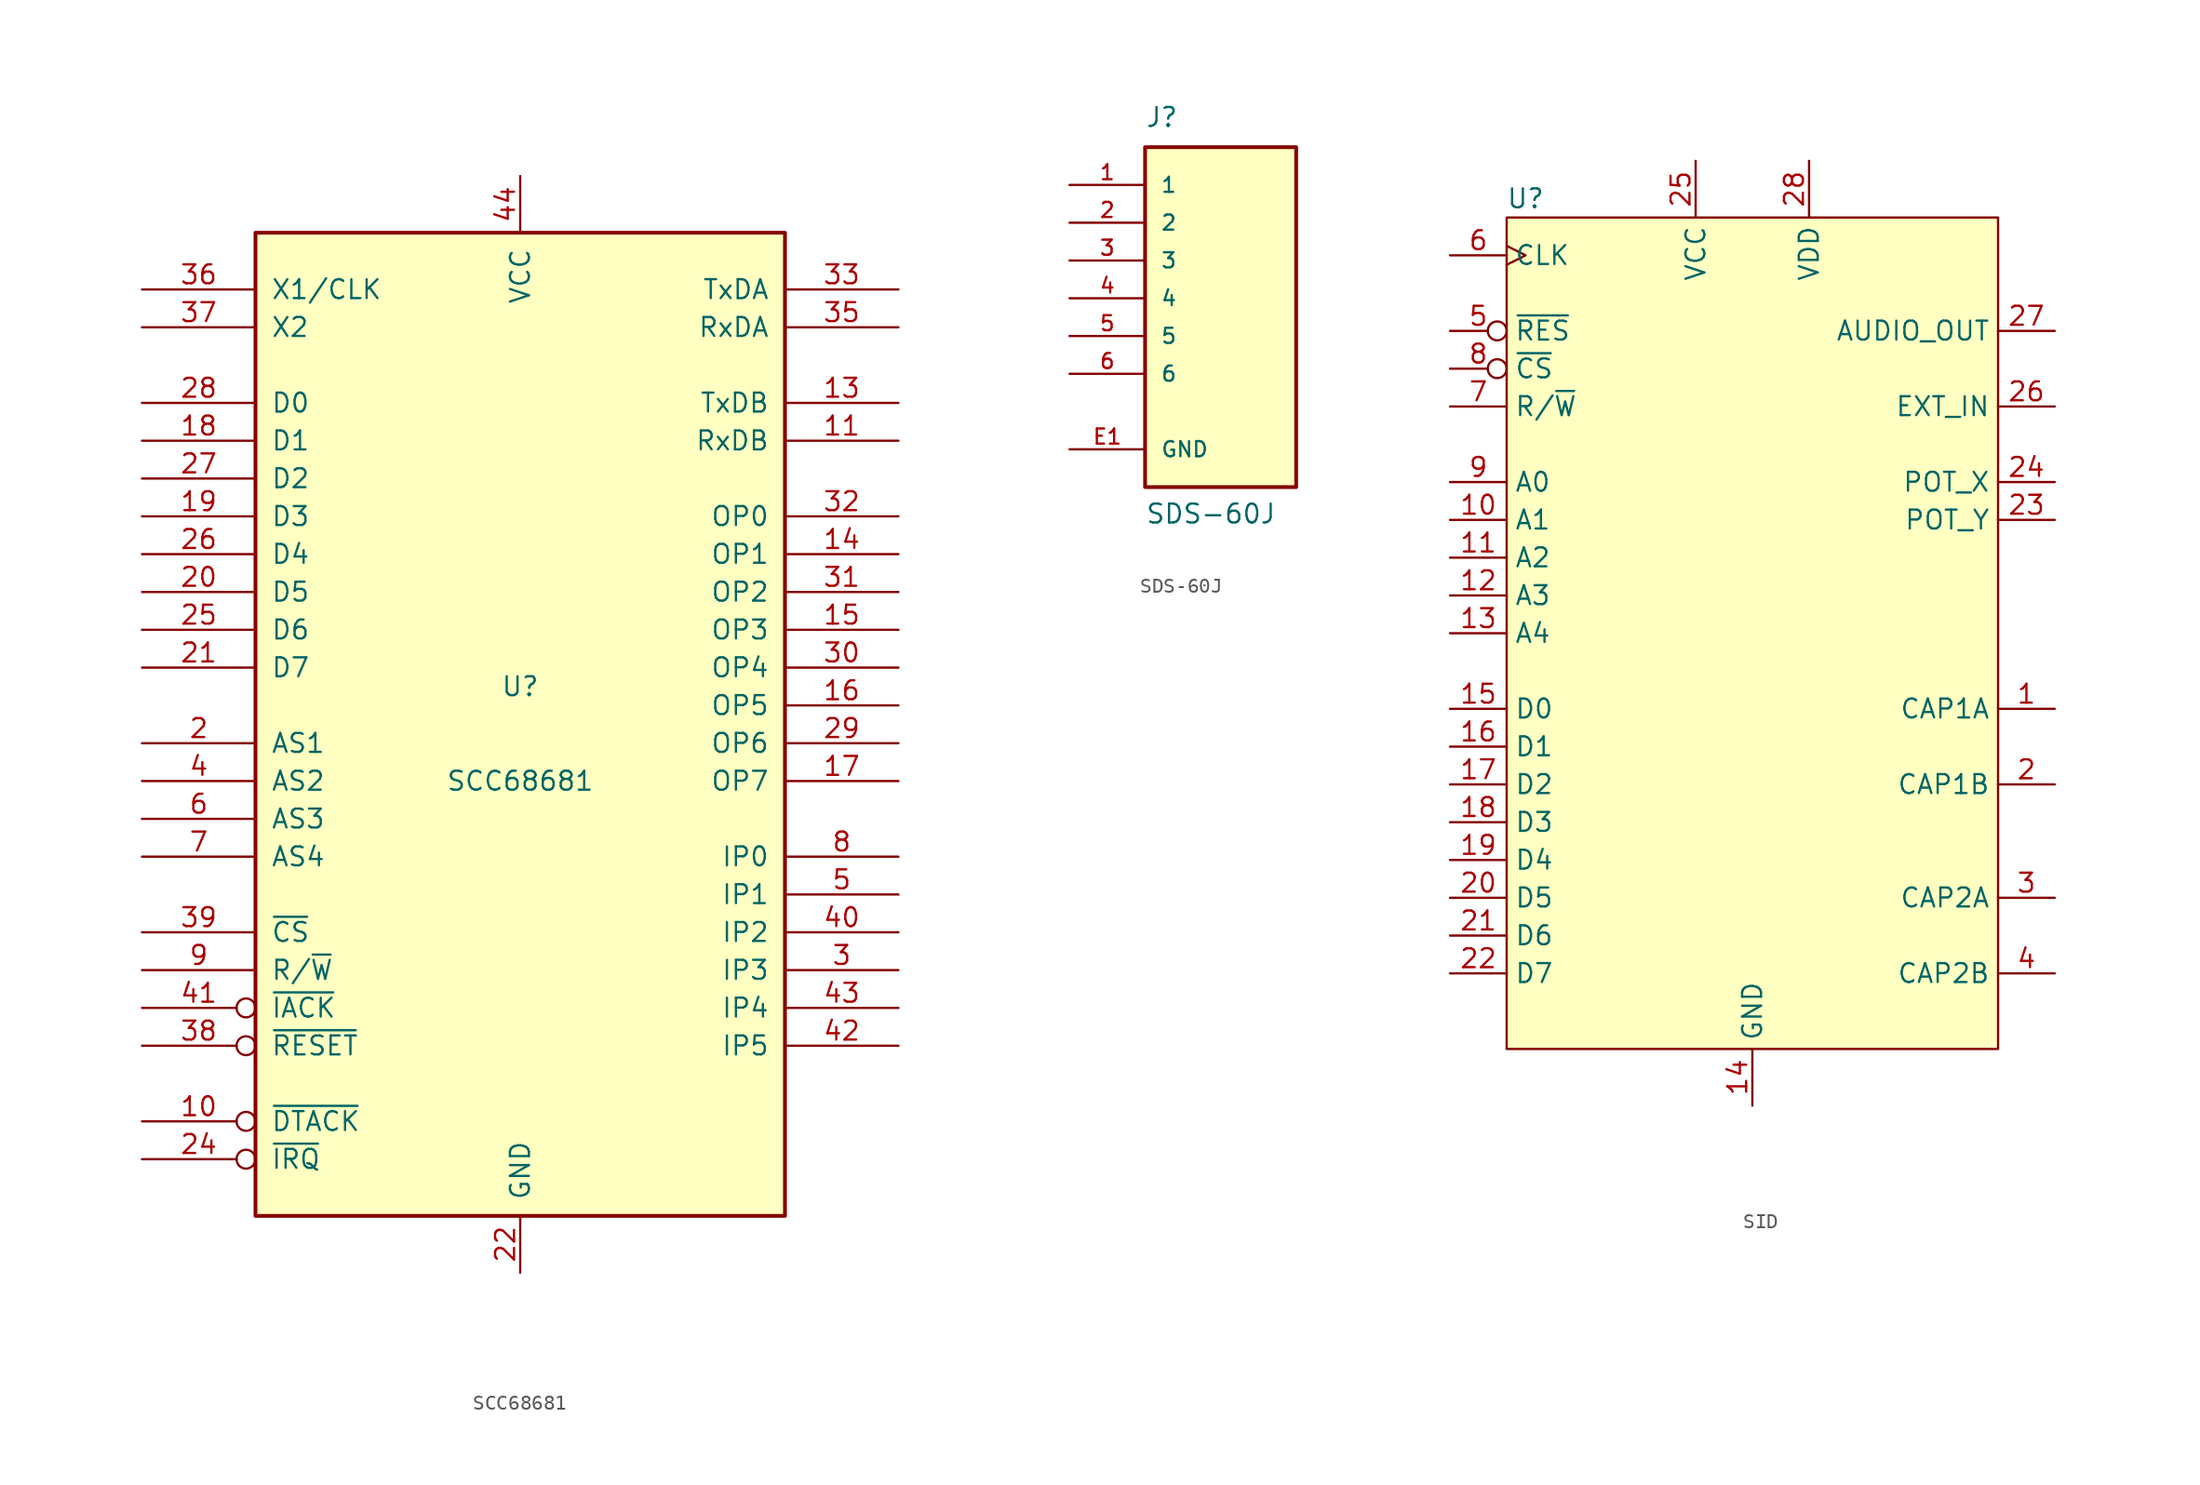
<source format=kicad_sym>
(kicad_symbol_lib
  (version 20220914)
  (generator kicad_symbol_editor)
  (symbol "SCC68681"
    (pin_names
      (offset 1.016))
    (property "Reference" "U"
      (at 0 3.81 0)
      (effects (font (size 1.27 1.27))))
    (property "Value" "SCC68681"
      (at 0 -2.54 0)
      (effects (font (size 1.27 1.27))))
    (symbol "SCC68681_0_1"
      (rectangle (start -17.78 -31.75) (end 17.78 34.29) (stroke (width 0.254) (type default)) (fill (type background))))
    (symbol "SCC68681_1_1"
      (pin no_connect line (at 20.32 -22.86 180) (length 2.54) hide (name "NC" (effects (font (size 1.27 1.27)))) (number "1" (effects (font (size 1.27 1.27)))))
      (pin open_collector inverted (at -25.4 -25.4 0) (length 7.62) (name "~{DTACK}" (effects (font (size 1.27 1.27)))) (number "10" (effects (font (size 1.27 1.27)))))
      (pin input line (at 25.4 20.32 180) (length 7.62) (name "RxDB" (effects (font (size 1.27 1.27)))) (number "11" (effects (font (size 1.27 1.27)))))
      (pin no_connect line (at 20.32 -25.4 180) (length 2.54) hide (name "NC" (effects (font (size 1.27 1.27)))) (number "12" (effects (font (size 1.27 1.27)))))
      (pin output line (at 25.4 22.86 180) (length 7.62) (name "TxDB" (effects (font (size 1.27 1.27)))) (number "13" (effects (font (size 1.27 1.27)))))
      (pin output line (at 25.4 12.7 180) (length 7.62) (name "OP1" (effects (font (size 1.27 1.27)))) (number "14" (effects (font (size 1.27 1.27)))))
      (pin output line (at 25.4 7.62 180) (length 7.62) (name "OP3" (effects (font (size 1.27 1.27)))) (number "15" (effects (font (size 1.27 1.27)))))
      (pin output line (at 25.4 2.54 180) (length 7.62) (name "OP5" (effects (font (size 1.27 1.27)))) (number "16" (effects (font (size 1.27 1.27)))))
      (pin output line (at 25.4 -2.54 180) (length 7.62) (name "OP7" (effects (font (size 1.27 1.27)))) (number "17" (effects (font (size 1.27 1.27)))))
      (pin tri_state line (at -25.4 20.32 0) (length 7.62) (name "D1" (effects (font (size 1.27 1.27)))) (number "18" (effects (font (size 1.27 1.27)))))
      (pin tri_state line (at -25.4 15.24 0) (length 7.62) (name "D3" (effects (font (size 1.27 1.27)))) (number "19" (effects (font (size 1.27 1.27)))))
      (pin input line (at -25.4 0 0) (length 7.62) (name "AS1" (effects (font (size 1.27 1.27)))) (number "2" (effects (font (size 1.27 1.27)))))
      (pin tri_state line (at -25.4 10.16 0) (length 7.62) (name "D5" (effects (font (size 1.27 1.27)))) (number "20" (effects (font (size 1.27 1.27)))))
      (pin tri_state line (at -25.4 5.08 0) (length 7.62) (name "D7" (effects (font (size 1.27 1.27)))) (number "21" (effects (font (size 1.27 1.27)))))
      (pin power_in line (at 0 -35.56 90) (length 3.81) (name "GND" (effects (font (size 1.27 1.27)))) (number "22" (effects (font (size 1.27 1.27)))))
      (pin no_connect line (at 20.32 -27.94 180) (length 2.54) hide (name "NC" (effects (font (size 1.27 1.27)))) (number "23" (effects (font (size 1.27 1.27)))))
      (pin output inverted (at -25.4 -27.94 0) (length 7.62) (name "~{IRQ}" (effects (font (size 1.27 1.27)))) (number "24" (effects (font (size 1.27 1.27)))))
      (pin tri_state line (at -25.4 7.62 0) (length 7.62) (name "D6" (effects (font (size 1.27 1.27)))) (number "25" (effects (font (size 1.27 1.27)))))
      (pin tri_state line (at -25.4 12.7 0) (length 7.62) (name "D4" (effects (font (size 1.27 1.27)))) (number "26" (effects (font (size 1.27 1.27)))))
      (pin tri_state line (at -25.4 17.78 0) (length 7.62) (name "D2" (effects (font (size 1.27 1.27)))) (number "27" (effects (font (size 1.27 1.27)))))
      (pin tri_state line (at -25.4 22.86 0) (length 7.62) (name "D0" (effects (font (size 1.27 1.27)))) (number "28" (effects (font (size 1.27 1.27)))))
      (pin output line (at 25.4 0 180) (length 7.62) (name "OP6" (effects (font (size 1.27 1.27)))) (number "29" (effects (font (size 1.27 1.27)))))
      (pin input line (at 25.4 -15.24 180) (length 7.62) (name "IP3" (effects (font (size 1.27 1.27)))) (number "3" (effects (font (size 1.27 1.27)))))
      (pin output line (at 25.4 5.08 180) (length 7.62) (name "OP4" (effects (font (size 1.27 1.27)))) (number "30" (effects (font (size 1.27 1.27)))))
      (pin output line (at 25.4 10.16 180) (length 7.62) (name "OP2" (effects (font (size 1.27 1.27)))) (number "31" (effects (font (size 1.27 1.27)))))
      (pin output line (at 25.4 15.24 180) (length 7.62) (name "OP0" (effects (font (size 1.27 1.27)))) (number "32" (effects (font (size 1.27 1.27)))))
      (pin output line (at 25.4 30.48 180) (length 7.62) (name "TxDA" (effects (font (size 1.27 1.27)))) (number "33" (effects (font (size 1.27 1.27)))))
      (pin no_connect line (at 20.32 -30.48 180) (length 2.54) hide (name "NC" (effects (font (size 1.27 1.27)))) (number "34" (effects (font (size 1.27 1.27)))))
      (pin input line (at 25.4 27.94 180) (length 7.62) (name "RxDA" (effects (font (size 1.27 1.27)))) (number "35" (effects (font (size 1.27 1.27)))))
      (pin input line (at -25.4 30.48 0) (length 7.62) (name "X1/CLK" (effects (font (size 1.27 1.27)))) (number "36" (effects (font (size 1.27 1.27)))))
      (pin input line (at -25.4 27.94 0) (length 7.62) (name "X2" (effects (font (size 1.27 1.27)))) (number "37" (effects (font (size 1.27 1.27)))))
      (pin input inverted (at -25.4 -20.32 0) (length 7.62) (name "~{RESET}" (effects (font (size 1.27 1.27)))) (number "38" (effects (font (size 1.27 1.27)))))
      (pin input line (at -25.4 -12.7 0) (length 7.62) (name "~{CS}" (effects (font (size 1.27 1.27)))) (number "39" (effects (font (size 1.27 1.27)))))
      (pin input line (at -25.4 -2.54 0) (length 7.62) (name "AS2" (effects (font (size 1.27 1.27)))) (number "4" (effects (font (size 1.27 1.27)))))
      (pin input line (at 25.4 -12.7 180) (length 7.62) (name "IP2" (effects (font (size 1.27 1.27)))) (number "40" (effects (font (size 1.27 1.27)))))
      (pin input inverted (at -25.4 -17.78 0) (length 7.62) (name "~{IACK}" (effects (font (size 1.27 1.27)))) (number "41" (effects (font (size 1.27 1.27)))))
      (pin input line (at 25.4 -20.32 180) (length 7.62) (name "IP5" (effects (font (size 1.27 1.27)))) (number "42" (effects (font (size 1.27 1.27)))))
      (pin input line (at 25.4 -17.78 180) (length 7.62) (name "IP4" (effects (font (size 1.27 1.27)))) (number "43" (effects (font (size 1.27 1.27)))))
      (pin power_in line (at 0 38.1 270) (length 3.81) (name "VCC" (effects (font (size 1.27 1.27)))) (number "44" (effects (font (size 1.27 1.27)))))
      (pin input line (at 25.4 -10.16 180) (length 7.62) (name "IP1" (effects (font (size 1.27 1.27)))) (number "5" (effects (font (size 1.27 1.27)))))
      (pin input line (at -25.4 -5.08 0) (length 7.62) (name "AS3" (effects (font (size 1.27 1.27)))) (number "6" (effects (font (size 1.27 1.27)))))
      (pin input line (at -25.4 -7.62 0) (length 7.62) (name "AS4" (effects (font (size 1.27 1.27)))) (number "7" (effects (font (size 1.27 1.27)))))
      (pin input line (at 25.4 -7.62 180) (length 7.62) (name "IP0" (effects (font (size 1.27 1.27)))) (number "8" (effects (font (size 1.27 1.27)))))
      (pin input line (at -25.4 -15.24 0) (length 7.62) (name "R/~{W}" (effects (font (size 1.27 1.27)))) (number "9" (effects (font (size 1.27 1.27)))))))
  (symbol "SDS-60J"
    (pin_names
      (offset 1.016))
    (property "Reference" "J"
      (at -5.08 11.43 0)
      (effects (font (size 1.27 1.27)) (justify left bottom)))
    (property "Value" "SDS-60J"
      (at -5.08 -15.24 0)
      (effects (font (size 1.27 1.27)) (justify left bottom)))
    (symbol "SDS-60J_0_0"
      (rectangle (start -5.08 -12.7) (end 5.08 10.16) (stroke (width 0.254) (type default)) (fill (type background)))
      (pin passive line (at -10.16 7.62 0) (length 5.08) (name "1" (effects (font (size 1.016 1.016)))) (number "1" (effects (font (size 1.016 1.016)))))
      (pin passive line (at -10.16 5.08 0) (length 5.08) (name "2" (effects (font (size 1.016 1.016)))) (number "2" (effects (font (size 1.016 1.016)))))
      (pin passive line (at -10.16 2.54 0) (length 5.08) (name "3" (effects (font (size 1.016 1.016)))) (number "3" (effects (font (size 1.016 1.016)))))
      (pin passive line (at -10.16 0 0) (length 5.08) (name "4" (effects (font (size 1.016 1.016)))) (number "4" (effects (font (size 1.016 1.016)))))
      (pin passive line (at -10.16 -2.54 0) (length 5.08) (name "5" (effects (font (size 1.016 1.016)))) (number "5" (effects (font (size 1.016 1.016)))))
      (pin passive line (at -10.16 -5.08 0) (length 5.08) (name "6" (effects (font (size 1.016 1.016)))) (number "6" (effects (font (size 1.016 1.016)))))
      (pin power_in line (at -10.16 -10.16 0) (length 5.08) (name "GND" (effects (font (size 1.016 1.016)))) (number "E1" (effects (font (size 1.016 1.016)))))
      (pin power_in line (at -10.16 -10.16 0) (length 5.08) hide (name "GND" (effects (font (size 1.016 1.016)))) (number "E2" (effects (font (size 1.016 1.016)))))))
  (symbol "SID"
    (property "Reference" "U"
      (at -15.24 26.67 0)
      (effects (font (size 1.27 1.27))))
    (property "Value" ""
      (at 21.59 -13.97 0)
      (effects (font (size 1.27 1.27))))
    (symbol "SID_1_1"
      (rectangle (start -16.51 25.4) (end 16.51 -30.48) (stroke (width 0) (type default)) (fill (type background)))
      (pin passive line (at 20.32 -7.62 180) (length 3.81) (name "CAP1A" (effects (font (size 1.27 1.27)))) (number "1" (effects (font (size 1.27 1.27)))))
      (pin input line (at -20.32 5.08 0) (length 3.81) (name "A1" (effects (font (size 1.27 1.27)))) (number "10" (effects (font (size 1.27 1.27)))))
      (pin input line (at -20.32 2.54 0) (length 3.81) (name "A2" (effects (font (size 1.27 1.27)))) (number "11" (effects (font (size 1.27 1.27)))))
      (pin input line (at -20.32 0 0) (length 3.81) (name "A3" (effects (font (size 1.27 1.27)))) (number "12" (effects (font (size 1.27 1.27)))))
      (pin input line (at -20.32 -2.54 0) (length 3.81) (name "A4" (effects (font (size 1.27 1.27)))) (number "13" (effects (font (size 1.27 1.27)))))
      (pin power_in line (at 0 -34.29 90) (length 3.81) (name "GND" (effects (font (size 1.27 1.27)))) (number "14" (effects (font (size 1.27 1.27)))))
      (pin bidirectional line (at -20.32 -7.62 0) (length 3.81) (name "D0" (effects (font (size 1.27 1.27)))) (number "15" (effects (font (size 1.27 1.27)))))
      (pin bidirectional line (at -20.32 -10.16 0) (length 3.81) (name "D1" (effects (font (size 1.27 1.27)))) (number "16" (effects (font (size 1.27 1.27)))))
      (pin bidirectional line (at -20.32 -12.7 0) (length 3.81) (name "D2" (effects (font (size 1.27 1.27)))) (number "17" (effects (font (size 1.27 1.27)))))
      (pin bidirectional line (at -20.32 -15.24 0) (length 3.81) (name "D3" (effects (font (size 1.27 1.27)))) (number "18" (effects (font (size 1.27 1.27)))))
      (pin bidirectional line (at -20.32 -17.78 0) (length 3.81) (name "D4" (effects (font (size 1.27 1.27)))) (number "19" (effects (font (size 1.27 1.27)))))
      (pin passive line (at 20.32 -12.7 180) (length 3.81) (name "CAP1B" (effects (font (size 1.27 1.27)))) (number "2" (effects (font (size 1.27 1.27)))))
      (pin bidirectional line (at -20.32 -20.32 0) (length 3.81) (name "D5" (effects (font (size 1.27 1.27)))) (number "20" (effects (font (size 1.27 1.27)))))
      (pin bidirectional line (at -20.32 -22.86 0) (length 3.81) (name "D6" (effects (font (size 1.27 1.27)))) (number "21" (effects (font (size 1.27 1.27)))))
      (pin bidirectional line (at -20.32 -25.4 0) (length 3.81) (name "D7" (effects (font (size 1.27 1.27)))) (number "22" (effects (font (size 1.27 1.27)))))
      (pin input line (at 20.32 5.08 180) (length 3.81) (name "POT_Y" (effects (font (size 1.27 1.27)))) (number "23" (effects (font (size 1.27 1.27)))))
      (pin input line (at 20.32 7.62 180) (length 3.81) (name "POT_X" (effects (font (size 1.27 1.27)))) (number "24" (effects (font (size 1.27 1.27)))))
      (pin power_in line (at -3.81 29.21 270) (length 3.81) (name "VCC" (effects (font (size 1.27 1.27)))) (number "25" (effects (font (size 1.27 1.27)))))
      (pin input line (at 20.32 12.7 180) (length 3.81) (name "EXT_IN" (effects (font (size 1.27 1.27)))) (number "26" (effects (font (size 1.27 1.27)))))
      (pin output line (at 20.32 17.78 180) (length 3.81) (name "AUDIO_OUT" (effects (font (size 1.27 1.27)))) (number "27" (effects (font (size 1.27 1.27)))))
      (pin power_in line (at 3.81 29.21 270) (length 3.81) (name "VDD" (effects (font (size 1.27 1.27)))) (number "28" (effects (font (size 1.27 1.27)))))
      (pin passive line (at 20.32 -20.32 180) (length 3.81) (name "CAP2A" (effects (font (size 1.27 1.27)))) (number "3" (effects (font (size 1.27 1.27)))))
      (pin passive line (at 20.32 -25.4 180) (length 3.81) (name "CAP2B" (effects (font (size 1.27 1.27)))) (number "4" (effects (font (size 1.27 1.27)))))
      (pin input inverted (at -20.32 17.78 0) (length 3.81) (name "~{RES}" (effects (font (size 1.27 1.27)))) (number "5" (effects (font (size 1.27 1.27)))))
      (pin input clock (at -20.32 22.86 0) (length 3.81) (name "CLK" (effects (font (size 1.27 1.27)))) (number "6" (effects (font (size 1.27 1.27)))))
      (pin input line (at -20.32 12.7 0) (length 3.81) (name "R/~{W}" (effects (font (size 1.27 1.27)))) (number "7" (effects (font (size 1.27 1.27)))))
      (pin input inverted (at -20.32 15.24 0) (length 3.81) (name "~{CS}" (effects (font (size 1.27 1.27)))) (number "8" (effects (font (size 1.27 1.27)))))
      (pin input line (at -20.32 7.62 0) (length 3.81) (name "A0" (effects (font (size 1.27 1.27)))) (number "9" (effects (font (size 1.27 1.27))))))))
</source>
